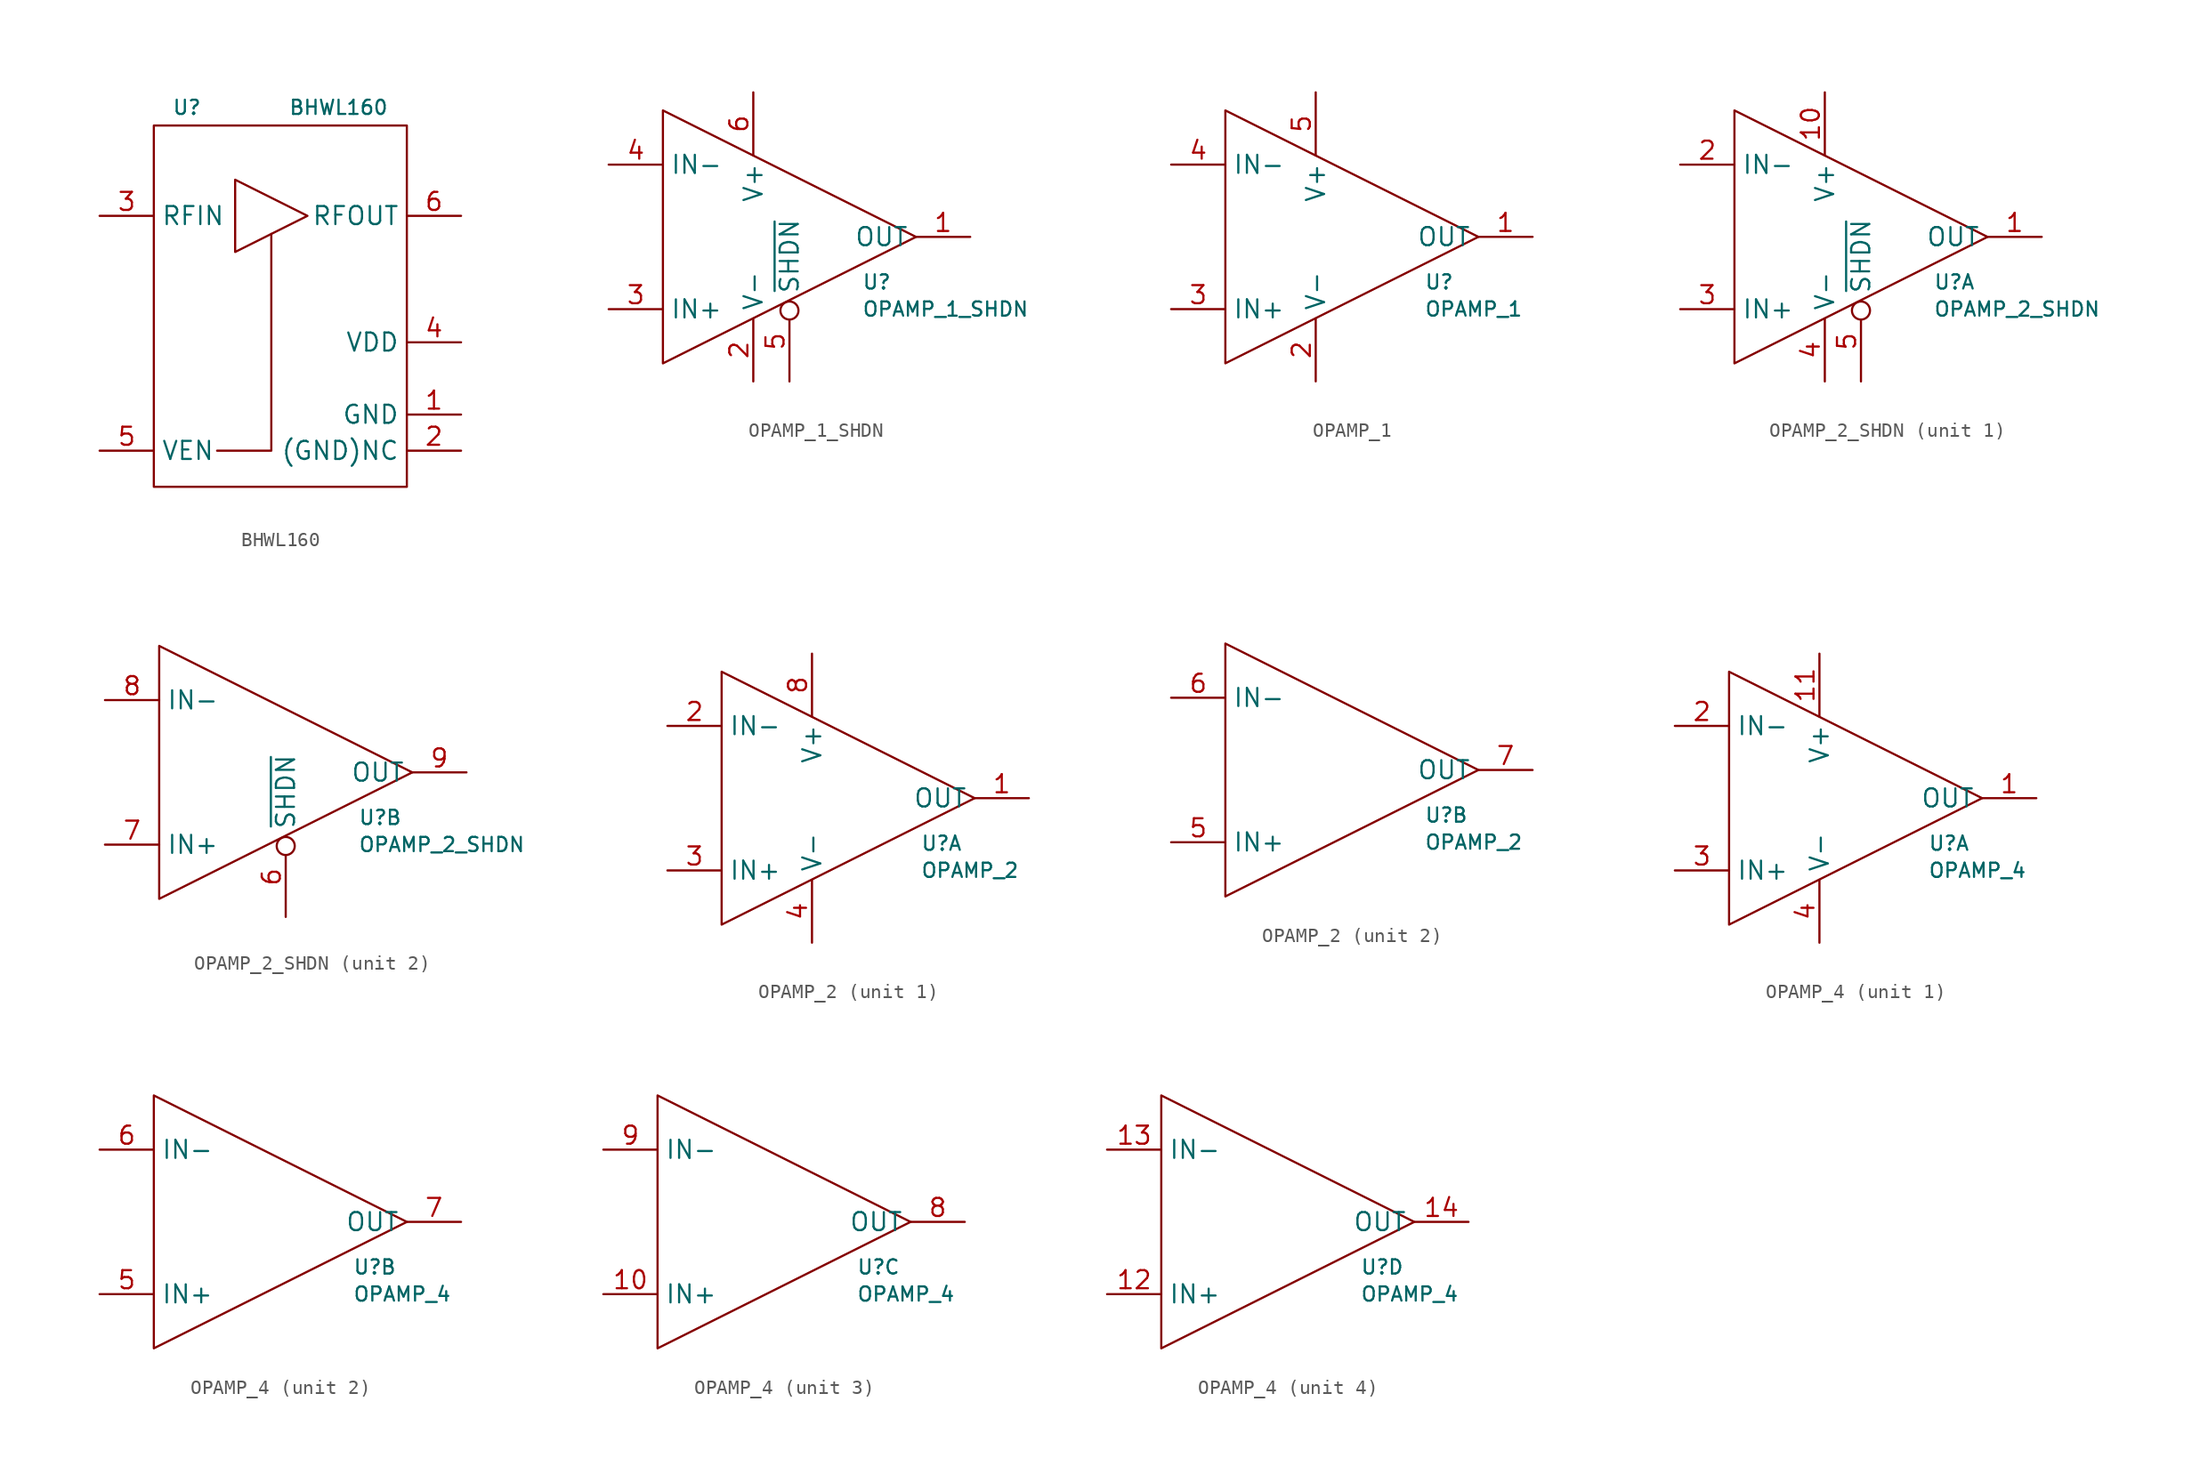
<source format=kicad_sym>
(kicad_symbol_lib
  (version 20231120)
  (generator "kicad_symbol_editor")
  (generator_version "8.0")
  (symbol "BHWL160"
    (property "Reference" "U"
      (at -7.62 13.97 0)
      (do_not_autoplace)
      (effects (font (size 1 1)) (justify left)))
    (property "Value" "BHWL160"
      (at 7.62 13.97 0)
      (do_not_autoplace)
      (effects (font (size 1 1)) (justify right)))
    (symbol "BHWL160_0_1"
      (rectangle (start -8.89 12.7) (end 8.89 -12.7) (stroke (width 0) (type default)) (fill (type none)))
      (polyline (pts (xy -4.445 -10.16) (xy -0.635 -10.16) (xy -0.635 5.08)) (stroke (width 0) (type default)) (fill (type none))))
    (symbol "BHWL160_1_1"
      (polyline (pts (xy -3.175 8.89) (xy -3.175 3.81) (xy 1.905 6.35) (xy -3.175 8.89)) (stroke (width 0) (type default)) (fill (type none)))
      (pin power_in line (at 12.7 -7.62 180) (length 3.81) (name "GND" (effects (font (size 1.27 1.27)))) (number "1" (effects (font (size 1.27 1.27)))))
      (pin passive line (at 12.7 -10.16 180) (length 3.81) (name "(GND)NC" (effects (font (size 1.27 1.27)))) (number "2" (effects (font (size 1.27 1.27)))))
      (pin input line (at -12.7 6.35 0) (length 3.81) (name "RFIN" (effects (font (size 1.27 1.27)))) (number "3" (effects (font (size 1.27 1.27)))))
      (pin power_in line (at 12.7 -2.54 180) (length 3.81) (name "VDD" (effects (font (size 1.27 1.27)))) (number "4" (effects (font (size 1.27 1.27)))))
      (pin input line (at -12.7 -10.16 0) (length 3.81) (name "VEN" (effects (font (size 1.27 1.27)))) (number "5" (effects (font (size 1.27 1.27)))))
      (pin output line (at 12.7 6.35 180) (length 3.81) (name "RFOUT" (effects (font (size 1.27 1.27)))) (number "6" (effects (font (size 1.27 1.27)))))))
  (symbol "OPAMP_1_SHDN"
    (property "Reference" "U"
      (at 7.62 -3.175 0)
      (do_not_autoplace)
      (effects (font (size 1 1)) (justify left)))
    (property "Value" "OPAMP_1_SHDN"
      (at 7.62 -5.08 0)
      (do_not_autoplace)
      (effects (font (size 1 1)) (justify left)))
    (symbol "OPAMP_1_SHDN_1_1"
      (polyline (pts (xy -6.35 8.89) (xy -6.35 -8.89) (xy 11.43 0) (xy -6.35 8.89)) (stroke (width 0) (type default)) (fill (type none)))
      (pin output line (at 15.24 0 180) (length 3.81) (name "OUT" (effects (font (size 1.27 1.27)))) (number "1" (effects (font (size 1.27 1.27)))))
      (pin power_in line (at 0 -10.16 90) (length 4.42) (name "V-" (effects (font (size 1.27 1.27)))) (number "2" (effects (font (size 1.27 1.27)))))
      (pin input line (at -10.16 -5.08 0) (length 3.81) (name "IN+" (effects (font (size 1.27 1.27)))) (number "3" (effects (font (size 1.27 1.27)))))
      (pin input line (at -10.16 5.08 0) (length 3.81) (name "IN-" (effects (font (size 1.27 1.27)))) (number "4" (effects (font (size 1.27 1.27)))))
      (pin input inverted (at 2.54 -10.16 90) (length 5.62) (name "~{SHDN}" (effects (font (size 1.27 1.27)))) (number "5" (effects (font (size 1.27 1.27)))))
      (pin power_in line (at 0 10.16 270) (length 4.42) (name "V+" (effects (font (size 1.27 1.27)))) (number "6" (effects (font (size 1.27 1.27)))))))
  (symbol "OPAMP_1"
    (property "Reference" "U"
      (at 7.62 -3.175 0)
      (do_not_autoplace)
      (effects (font (size 1 1)) (justify left)))
    (property "Value" "OPAMP_1"
      (at 7.62 -5.08 0)
      (do_not_autoplace)
      (effects (font (size 1 1)) (justify left)))
    (symbol "OPAMP_1_1_1"
      (polyline (pts (xy -6.35 8.89) (xy -6.35 -8.89) (xy 11.43 0) (xy -6.35 8.89)) (stroke (width 0) (type default)) (fill (type none)))
      (pin output line (at 15.24 0 180) (length 3.81) (name "OUT" (effects (font (size 1.27 1.27)))) (number "1" (effects (font (size 1.27 1.27)))))
      (pin power_in line (at 0 -10.16 90) (length 4.42) (name "V-" (effects (font (size 1.27 1.27)))) (number "2" (effects (font (size 1.27 1.27)))))
      (pin input line (at -10.16 -5.08 0) (length 3.81) (name "IN+" (effects (font (size 1.27 1.27)))) (number "3" (effects (font (size 1.27 1.27)))))
      (pin input line (at -10.16 5.08 0) (length 3.81) (name "IN-" (effects (font (size 1.27 1.27)))) (number "4" (effects (font (size 1.27 1.27)))))
      (pin power_in line (at 0 10.16 270) (length 4.42) (name "V+" (effects (font (size 1.27 1.27)))) (number "5" (effects (font (size 1.27 1.27)))))))
  (symbol "OPAMP_2_SHDN"
    (property "Reference" "U"
      (at 7.62 -3.175 0)
      (do_not_autoplace)
      (effects (font (size 1 1)) (justify left)))
    (property "Value" "OPAMP_2_SHDN"
      (at 7.62 -5.08 0)
      (do_not_autoplace)
      (effects (font (size 1 1)) (justify left)))
    (property "ki_locked" ""
      (at 0 0 0)
      (effects (font (size 1.27 1.27))))
    (symbol "OPAMP_2_SHDN_1_1"
      (polyline (pts (xy -6.35 8.89) (xy -6.35 -8.89) (xy 11.43 0) (xy -6.35 8.89)) (stroke (width 0) (type default)) (fill (type none)))
      (pin output line (at 15.24 0 180) (length 3.81) (name "OUT" (effects (font (size 1.27 1.27)))) (number "1" (effects (font (size 1.27 1.27)))))
      (pin power_in line (at 0 10.16 270) (length 4.42) (name "V+" (effects (font (size 1.27 1.27)))) (number "10" (effects (font (size 1.27 1.27)))))
      (pin input line (at -10.16 5.08 0) (length 3.81) (name "IN-" (effects (font (size 1.27 1.27)))) (number "2" (effects (font (size 1.27 1.27)))))
      (pin input line (at -10.16 -5.08 0) (length 3.81) (name "IN+" (effects (font (size 1.27 1.27)))) (number "3" (effects (font (size 1.27 1.27)))))
      (pin power_in line (at 0 -10.16 90) (length 4.42) (name "V-" (effects (font (size 1.27 1.27)))) (number "4" (effects (font (size 1.27 1.27)))))
      (pin input inverted (at 2.54 -10.16 90) (length 5.62) (name "~{SHDN}" (effects (font (size 1.27 1.27)))) (number "5" (effects (font (size 1.27 1.27))))))
    (symbol "OPAMP_2_SHDN_2_1"
      (polyline (pts (xy -6.35 8.89) (xy -6.35 -8.89) (xy 11.43 0) (xy -6.35 8.89)) (stroke (width 0) (type default)) (fill (type none)))
      (pin input inverted (at 2.54 -10.16 90) (length 5.62) (name "~{SHDN}" (effects (font (size 1.27 1.27)))) (number "6" (effects (font (size 1.27 1.27)))))
      (pin input line (at -10.16 -5.08 0) (length 3.81) (name "IN+" (effects (font (size 1.27 1.27)))) (number "7" (effects (font (size 1.27 1.27)))))
      (pin input line (at -10.16 5.08 0) (length 3.81) (name "IN-" (effects (font (size 1.27 1.27)))) (number "8" (effects (font (size 1.27 1.27)))))
      (pin output line (at 15.24 0 180) (length 3.81) (name "OUT" (effects (font (size 1.27 1.27)))) (number "9" (effects (font (size 1.27 1.27)))))))
  (symbol "OPAMP_2"
    (property "Reference" "U"
      (at 7.62 -3.175 0)
      (do_not_autoplace)
      (effects (font (size 1 1)) (justify left)))
    (property "Value" "OPAMP_2"
      (at 7.62 -5.08 0)
      (do_not_autoplace)
      (effects (font (size 1 1)) (justify left)))
    (property "ki_locked" ""
      (at 0 0 0)
      (effects (font (size 1.27 1.27))))
    (symbol "OPAMP_2_1_1"
      (polyline (pts (xy -6.35 8.89) (xy -6.35 -8.89) (xy 11.43 0) (xy -6.35 8.89)) (stroke (width 0) (type default)) (fill (type none)))
      (pin output line (at 15.24 0 180) (length 3.81) (name "OUT" (effects (font (size 1.27 1.27)))) (number "1" (effects (font (size 1.27 1.27)))))
      (pin input line (at -10.16 5.08 0) (length 3.81) (name "IN-" (effects (font (size 1.27 1.27)))) (number "2" (effects (font (size 1.27 1.27)))))
      (pin input line (at -10.16 -5.08 0) (length 3.81) (name "IN+" (effects (font (size 1.27 1.27)))) (number "3" (effects (font (size 1.27 1.27)))))
      (pin power_in line (at 0 -10.16 90) (length 4.42) (name "V-" (effects (font (size 1.27 1.27)))) (number "4" (effects (font (size 1.27 1.27)))))
      (pin power_in line (at 0 10.16 270) (length 4.42) (name "V+" (effects (font (size 1.27 1.27)))) (number "8" (effects (font (size 1.27 1.27))))))
    (symbol "OPAMP_2_2_1"
      (polyline (pts (xy -6.35 8.89) (xy -6.35 -8.89) (xy 11.43 0) (xy -6.35 8.89)) (stroke (width 0) (type default)) (fill (type none)))
      (pin input line (at -10.16 -5.08 0) (length 3.81) (name "IN+" (effects (font (size 1.27 1.27)))) (number "5" (effects (font (size 1.27 1.27)))))
      (pin input line (at -10.16 5.08 0) (length 3.81) (name "IN-" (effects (font (size 1.27 1.27)))) (number "6" (effects (font (size 1.27 1.27)))))
      (pin output line (at 15.24 0 180) (length 3.81) (name "OUT" (effects (font (size 1.27 1.27)))) (number "7" (effects (font (size 1.27 1.27)))))))
  (symbol "OPAMP_4"
    (property "Reference" "U"
      (at 7.62 -3.175 0)
      (do_not_autoplace)
      (effects (font (size 1 1)) (justify left)))
    (property "Value" "OPAMP_4"
      (at 7.62 -5.08 0)
      (do_not_autoplace)
      (effects (font (size 1 1)) (justify left)))
    (property "ki_locked" ""
      (at 0 0 0)
      (effects (font (size 1.27 1.27))))
    (symbol "OPAMP_4_1_1"
      (polyline (pts (xy -6.35 8.89) (xy -6.35 -8.89) (xy 11.43 0) (xy -6.35 8.89)) (stroke (width 0) (type default)) (fill (type none)))
      (pin output line (at 15.24 0 180) (length 3.81) (name "OUT" (effects (font (size 1.27 1.27)))) (number "1" (effects (font (size 1.27 1.27)))))
      (pin power_in line (at 0 10.16 270) (length 4.42) (name "V+" (effects (font (size 1.27 1.27)))) (number "11" (effects (font (size 1.27 1.27)))))
      (pin input line (at -10.16 5.08 0) (length 3.81) (name "IN-" (effects (font (size 1.27 1.27)))) (number "2" (effects (font (size 1.27 1.27)))))
      (pin input line (at -10.16 -5.08 0) (length 3.81) (name "IN+" (effects (font (size 1.27 1.27)))) (number "3" (effects (font (size 1.27 1.27)))))
      (pin power_in line (at 0 -10.16 90) (length 4.42) (name "V-" (effects (font (size 1.27 1.27)))) (number "4" (effects (font (size 1.27 1.27))))))
    (symbol "OPAMP_4_2_1"
      (polyline (pts (xy -6.35 8.89) (xy -6.35 -8.89) (xy 11.43 0) (xy -6.35 8.89)) (stroke (width 0) (type default)) (fill (type none)))
      (pin input line (at -10.16 -5.08 0) (length 3.81) (name "IN+" (effects (font (size 1.27 1.27)))) (number "5" (effects (font (size 1.27 1.27)))))
      (pin input line (at -10.16 5.08 0) (length 3.81) (name "IN-" (effects (font (size 1.27 1.27)))) (number "6" (effects (font (size 1.27 1.27)))))
      (pin output line (at 15.24 0 180) (length 3.81) (name "OUT" (effects (font (size 1.27 1.27)))) (number "7" (effects (font (size 1.27 1.27))))))
    (symbol "OPAMP_4_3_1"
      (polyline (pts (xy -6.35 8.89) (xy -6.35 -8.89) (xy 11.43 0) (xy -6.35 8.89)) (stroke (width 0) (type default)) (fill (type none)))
      (pin input line (at -10.16 -5.08 0) (length 3.81) (name "IN+" (effects (font (size 1.27 1.27)))) (number "10" (effects (font (size 1.27 1.27)))))
      (pin output line (at 15.24 0 180) (length 3.81) (name "OUT" (effects (font (size 1.27 1.27)))) (number "8" (effects (font (size 1.27 1.27)))))
      (pin input line (at -10.16 5.08 0) (length 3.81) (name "IN-" (effects (font (size 1.27 1.27)))) (number "9" (effects (font (size 1.27 1.27))))))
    (symbol "OPAMP_4_4_1"
      (polyline (pts (xy -6.35 8.89) (xy -6.35 -8.89) (xy 11.43 0) (xy -6.35 8.89)) (stroke (width 0) (type default)) (fill (type none)))
      (pin input line (at -10.16 -5.08 0) (length 3.81) (name "IN+" (effects (font (size 1.27 1.27)))) (number "12" (effects (font (size 1.27 1.27)))))
      (pin input line (at -10.16 5.08 0) (length 3.81) (name "IN-" (effects (font (size 1.27 1.27)))) (number "13" (effects (font (size 1.27 1.27)))))
      (pin output line (at 15.24 0 180) (length 3.81) (name "OUT" (effects (font (size 1.27 1.27)))) (number "14" (effects (font (size 1.27 1.27))))))))
</source>
